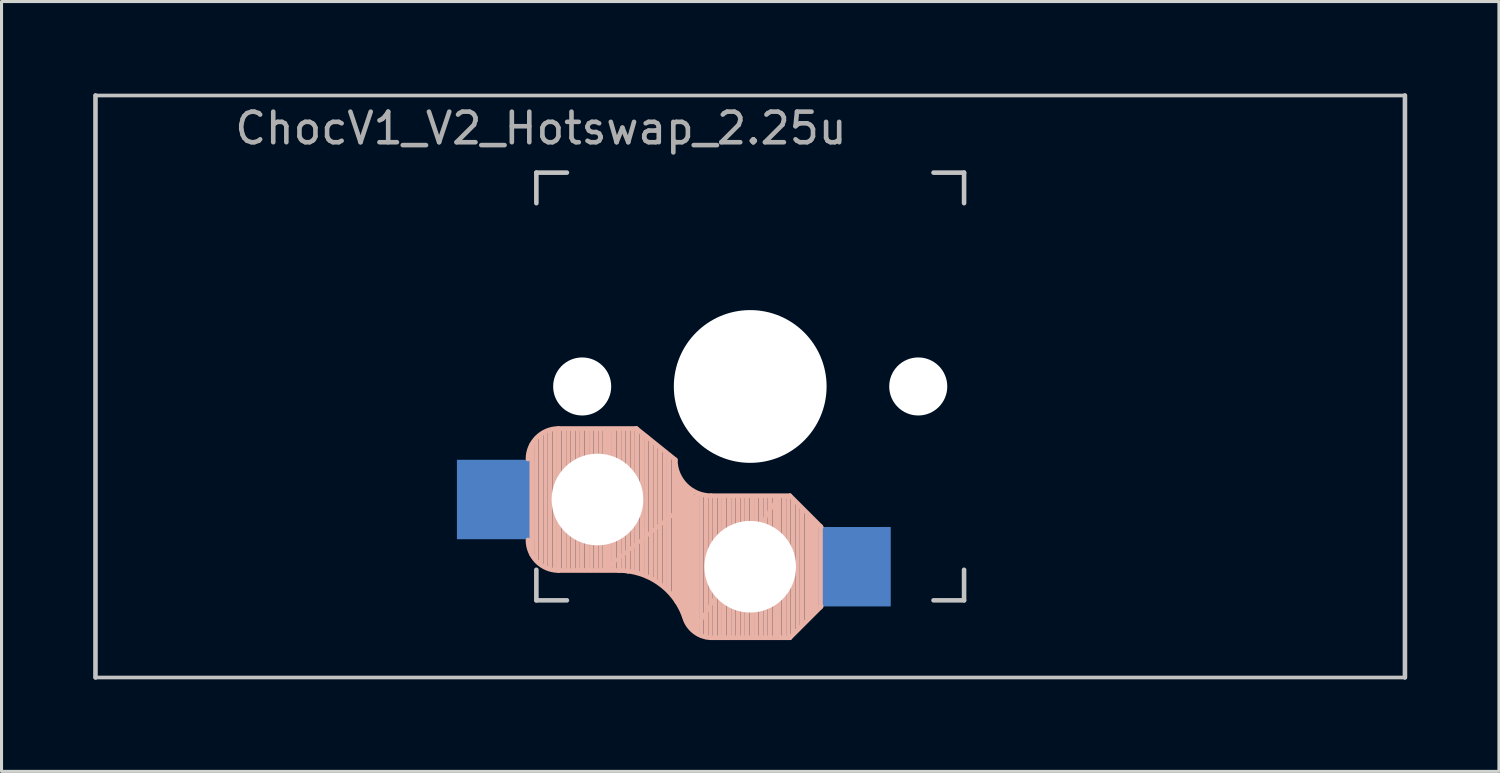
<source format=kicad_pcb>
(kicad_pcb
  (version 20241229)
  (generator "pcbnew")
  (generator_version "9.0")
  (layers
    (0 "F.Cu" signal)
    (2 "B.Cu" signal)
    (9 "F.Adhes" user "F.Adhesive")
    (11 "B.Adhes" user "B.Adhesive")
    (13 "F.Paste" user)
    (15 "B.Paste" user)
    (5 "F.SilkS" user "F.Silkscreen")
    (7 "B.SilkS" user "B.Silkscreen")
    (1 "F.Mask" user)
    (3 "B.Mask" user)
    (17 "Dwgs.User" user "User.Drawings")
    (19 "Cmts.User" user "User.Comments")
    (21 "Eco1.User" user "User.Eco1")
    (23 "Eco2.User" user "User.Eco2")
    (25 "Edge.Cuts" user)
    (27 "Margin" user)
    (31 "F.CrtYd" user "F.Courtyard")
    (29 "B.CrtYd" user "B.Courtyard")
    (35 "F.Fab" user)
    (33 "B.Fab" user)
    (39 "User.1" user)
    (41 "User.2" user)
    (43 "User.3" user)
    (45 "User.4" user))
  (footprint "ChocV1_V2_Hotswap_2.25u"
    (layer "F.Cu")
    (at 21.506 9.6)
    (property "Reference" "ChocV1_V2_Hotswap_2.25u" (at -6.85 -8.45 0) (layer "F.Fab") (effects (font (size 1 1) (thickness 0.15))))
    (attr through_hole)
    (fp_line (start -7.15 5.5) (end -7.15 1.9) (stroke (width 0.15) (type solid)) (layer "B.SilkS"))
    (fp_line (start -7 5.7) (end -7 1.7) (stroke (width 0.15) (type solid)) (layer "B.SilkS"))
    (fp_line (start -6.85 5.8) (end -6.85 1.6) (stroke (width 0.15) (type solid)) (layer "B.SilkS"))
    (fp_line (start -6.7 5.9) (end -6.7 1.5) (stroke (width 0.15) (type solid)) (layer "B.SilkS"))
    (fp_line (start -6.55 5.95) (end -6.55 1.45) (stroke (width 0.15) (type solid)) (layer "B.SilkS"))
    (fp_line (start -6.4 6) (end -6.4 1.45) (stroke (width 0.15) (type solid)) (layer "B.SilkS"))
    (fp_line (start -6.25 6) (end -6.25 1.4) (stroke (width 0.15) (type solid)) (layer "B.SilkS"))
    (fp_line (start -6.1 6) (end -6.1 1.4) (stroke (width 0.15) (type solid)) (layer "B.SilkS"))
    (fp_line (start -5.95 6) (end -5.95 1.4) (stroke (width 0.15) (type solid)) (layer "B.SilkS"))
    (fp_line (start -5.8 6) (end -5.8 1.4) (stroke (width 0.15) (type solid)) (layer "B.SilkS"))
    (fp_line (start -5.65 6) (end -5.65 1.4) (stroke (width 0.15) (type solid)) (layer "B.SilkS"))
    (fp_line (start -5.5 6) (end -5.5 1.4) (stroke (width 0.15) (type solid)) (layer "B.SilkS"))
    (fp_line (start -5.35 6) (end -5.35 1.4) (stroke (width 0.15) (type solid)) (layer "B.SilkS"))
    (fp_line (start -5.2 6) (end -5.2 1.4) (stroke (width 0.15) (type solid)) (layer "B.SilkS"))
    (fp_line (start -5.05 6) (end -5.05 1.4) (stroke (width 0.15) (type solid)) (layer "B.SilkS"))
    (fp_line (start -4.9 6) (end -4.9 1.4) (stroke (width 0.15) (type solid)) (layer "B.SilkS"))
    (fp_line (start -4.75 6) (end -4.75 1.4) (stroke (width 0.15) (type solid)) (layer "B.SilkS"))
    (fp_line (start -4.65 5.9) (end -4.65 1.4) (stroke (width 0.12) (type solid)) (layer "B.SilkS"))
    (fp_line (start -4.6 6) (end -4.6 1.4) (stroke (width 0.15) (type solid)) (layer "B.SilkS"))
    (fp_line (start -4.45 6) (end -4.45 1.4) (stroke (width 0.15) (type solid)) (layer "B.SilkS"))
    (fp_line (start -4.3 6) (end -4.3 1.4) (stroke (width 0.15) (type solid)) (layer "B.SilkS"))
    (fp_line (start -4.3 6.025) (end -6.275 6.025) (stroke (width 0.15) (type solid)) (layer "B.SilkS"))
    (fp_line (start -4.15 6) (end -4.15 1.45) (stroke (width 0.15) (type solid)) (layer "B.SilkS"))
    (fp_line (start -4 6.05) (end -4 1.4) (stroke (width 0.15) (type solid)) (layer "B.SilkS"))
    (fp_line (start -3.85 6.05) (end -3.85 1.4) (stroke (width 0.15) (type solid)) (layer "B.SilkS"))
    (fp_line (start -3.725 1.375) (end -6.275 1.375) (stroke (width 0.15) (type solid)) (layer "B.SilkS"))
    (fp_line (start -3.725 1.375) (end -2.45 2.4) (stroke (width 0.15) (type solid)) (layer "B.SilkS"))
    (fp_line (start -3.7 6.05) (end -3.7 1.45) (stroke (width 0.15) (type solid)) (layer "B.SilkS"))
    (fp_line (start -3.55 6.1) (end -3.55 1.55) (stroke (width 0.15) (type solid)) (layer "B.SilkS"))
    (fp_line (start -3.4 6.2) (end -3.4 1.65) (stroke (width 0.15) (type solid)) (layer "B.SilkS"))
    (fp_line (start -3.25 6.25) (end -3.25 1.8) (stroke (width 0.15) (type solid)) (layer "B.SilkS"))
    (fp_line (start -3.1 6.35) (end -3.1 1.9) (stroke (width 0.15) (type solid)) (layer "B.SilkS"))
    (fp_line (start -2.95 6.45) (end -2.95 2.05) (stroke (width 0.15) (type solid)) (layer "B.SilkS"))
    (fp_line (start -2.8 6.55) (end -2.8 2.15) (stroke (width 0.15) (type solid)) (layer "B.SilkS"))
    (fp_line (start -2.65 6.7) (end -2.65 2.25) (stroke (width 0.15) (type solid)) (layer "B.SilkS"))
    (fp_line (start -2.5 6.85) (end -2.5 2.4) (stroke (width 0.15) (type solid)) (layer "B.SilkS"))
    (fp_line (start -2.4 7.05) (end -2.4 2.9) (stroke (width 0.15) (type solid)) (layer "B.SilkS"))
    (fp_line (start -2.3 7.2) (end -2.3 3.05) (stroke (width 0.15) (type solid)) (layer "B.SilkS"))
    (fp_line (start -2.2 7.4) (end -2.2 3.25) (stroke (width 0.15) (type solid)) (layer "B.SilkS"))
    (fp_line (start -2.1 7.55) (end -2.1 3.35) (stroke (width 0.15) (type solid)) (layer "B.SilkS"))
    (fp_line (start -2 7.8) (end -2 3.4) (stroke (width 0.15) (type solid)) (layer "B.SilkS"))
    (fp_line (start -1.9 7.95) (end -1.9 3.45) (stroke (width 0.15) (type solid)) (layer "B.SilkS"))
    (fp_line (start -1.8 3.6) (end -4.65 5.9) (stroke (width 0.12) (type solid)) (layer "B.SilkS"))
    (fp_line (start -1.8 7.95) (end -1.8 3.6) (stroke (width 0.12) (type solid)) (layer "B.SilkS"))
    (fp_line (start -1.75 8.05) (end -1.75 3.5) (stroke (width 0.15) (type solid)) (layer "B.SilkS"))
    (fp_line (start -1.6 8.15) (end -1.6 3.6) (stroke (width 0.15) (type solid)) (layer "B.SilkS"))
    (fp_line (start -1.45 8.2) (end -1.45 3.6) (stroke (width 0.15) (type solid)) (layer "B.SilkS"))
    (fp_line (start -1.3 8.2) (end -1.3 3.6) (stroke (width 0.15) (type solid)) (layer "B.SilkS"))
    (fp_line (start -1.15 8.2) (end -1.15 3.65) (stroke (width 0.15) (type solid)) (layer "B.SilkS"))
    (fp_line (start -1 8.2) (end -1 3.6) (stroke (width 0.15) (type solid)) (layer "B.SilkS"))
    (fp_line (start -0.85 8.2) (end -0.85 3.6) (stroke (width 0.15) (type solid)) (layer "B.SilkS"))
    (fp_line (start -0.7 8.2) (end -0.7 3.6) (stroke (width 0.15) (type solid)) (layer "B.SilkS"))
    (fp_line (start -0.55 8.2) (end -0.55 3.6) (stroke (width 0.15) (type solid)) (layer "B.SilkS"))
    (fp_line (start -0.4 8.2) (end -0.4 3.6) (stroke (width 0.15) (type solid)) (layer "B.SilkS"))
    (fp_line (start -0.25 8.2) (end -0.25 3.6) (stroke (width 0.15) (type solid)) (layer "B.SilkS"))
    (fp_line (start -0.1 8.2) (end -0.1 3.6) (stroke (width 0.15) (type solid)) (layer "B.SilkS"))
    (fp_line (start 0.05 8.2) (end 0.05 3.6) (stroke (width 0.15) (type solid)) (layer "B.SilkS"))
    (fp_line (start 0.2 8.2) (end 0.2 3.6) (stroke (width 0.15) (type solid)) (layer "B.SilkS"))
    (fp_line (start 0.35 8.2) (end 0.35 3.6) (stroke (width 0.15) (type solid)) (layer "B.SilkS"))
    (fp_line (start 0.5 8.2) (end 0.5 3.6) (stroke (width 0.15) (type solid)) (layer "B.SilkS"))
    (fp_line (start 0.65 8.2) (end 0.65 3.6) (stroke (width 0.15) (type solid)) (layer "B.SilkS"))
    (fp_line (start 0.8 8.2) (end 0.8 3.6) (stroke (width 0.15) (type solid)) (layer "B.SilkS"))
    (fp_line (start 0.9 3.65) (end -1.8 7.95) (stroke (width 0.12) (type solid)) (layer "B.SilkS"))
    (fp_line (start 0.9 8.1) (end 0.9 3.65) (stroke (width 0.12) (type solid)) (layer "B.SilkS"))
    (fp_line (start 0.95 8.2) (end 0.95 3.6) (stroke (width 0.15) (type solid)) (layer "B.SilkS"))
    (fp_line (start 1.1 8.2) (end 1.1 3.6) (stroke (width 0.15) (type solid)) (layer "B.SilkS"))
    (fp_line (start 1.25 8.2) (end 1.25 3.6) (stroke (width 0.15) (type solid)) (layer "B.SilkS"))
    (fp_line (start 1.3 3.575) (end -1.275 3.575) (stroke (width 0.15) (type solid)) (layer "B.SilkS"))
    (fp_line (start 1.3 3.575) (end 2.325 4.6) (stroke (width 0.15) (type solid)) (layer "B.SilkS"))
    (fp_line (start 1.3 8.225) (end -1.3 8.225) (stroke (width 0.15) (type solid)) (layer "B.SilkS"))
    (fp_line (start 1.3 8.225) (end 2.325 7.2) (stroke (width 0.15) (type solid)) (layer "B.SilkS"))
    (fp_line (start 1.4 8.1) (end 1.4 3.7) (stroke (width 0.15) (type solid)) (layer "B.SilkS"))
    (fp_line (start 1.55 7.95) (end 1.55 3.85) (stroke (width 0.15) (type solid)) (layer "B.SilkS"))
    (fp_line (start 1.7 7.8) (end 1.7 4) (stroke (width 0.15) (type solid)) (layer "B.SilkS"))
    (fp_line (start 1.85 7.65) (end 1.85 4.15) (stroke (width 0.15) (type solid)) (layer "B.SilkS"))
    (fp_line (start 1.95 7.55) (end 1.95 4.25) (stroke (width 0.15) (type solid)) (layer "B.SilkS"))
    (fp_line (start 2.05 7.45) (end 2.05 4.35) (stroke (width 0.15) (type solid)) (layer "B.SilkS"))
    (fp_line (start 2.15 7.35) (end 2.15 4.45) (stroke (width 0.15) (type solid)) (layer "B.SilkS"))
    (fp_line (start 2.3 4.575) (end 2.3 7.225) (stroke (width 0.15) (type solid)) (layer "B.SilkS"))
    (fp_arc (start -7.275 2.375) (mid -6.982107 1.667893) (end -6.275 1.375) (stroke (width 0.15) (type solid)) (layer "B.SilkS"))
    (fp_arc (start -6.275 6.025) (mid -6.982107 5.732107) (end -7.275 5.025) (stroke (width 0.15) (type solid)) (layer "B.SilkS"))
    (fp_arc (start -4.3 6.025) (mid -2.995114 6.436429) (end -2.162199 7.521904) (stroke (width 0.15) (type solid)) (layer "B.SilkS"))
    (fp_arc (start -1.300995 8.223791) (mid -1.848284 8.016021) (end -2.162199 7.521904) (stroke (width 0.15) (type solid)) (layer "B.SilkS"))
    (fp_arc (start -1.275 3.575) (mid -2.10585 3.23085) (end -2.45 2.4) (stroke (width 0.15) (type solid)) (layer "B.SilkS"))
    (fp_line (start -21.431 -9.525) (end 21.431 -9.525) (stroke (width 0.12) (type solid)) (layer "Dwgs.User"))
    (fp_line (start -21.431 9.525) (end -21.431 -9.525) (stroke (width 0.15) (type solid)) (layer "Dwgs.User"))
    (fp_line (start -21.431 9.525) (end 21.431 9.525) (stroke (width 0.12) (type solid)) (layer "Dwgs.User"))
    (fp_line (start -7 -7) (end -6 -7) (stroke (width 0.15) (type solid)) (layer "Dwgs.User"))
    (fp_line (start -7 -6) (end -7 -7) (stroke (width 0.15) (type solid)) (layer "Dwgs.User"))
    (fp_line (start -7 7) (end -7 6) (stroke (width 0.15) (type solid)) (layer "Dwgs.User"))
    (fp_line (start -6 7) (end -7 7) (stroke (width 0.15) (type solid)) (layer "Dwgs.User"))
    (fp_line (start 6 7) (end 7 7) (stroke (width 0.15) (type solid)) (layer "Dwgs.User"))
    (fp_line (start 7 -7) (end 6 -7) (stroke (width 0.15) (type solid)) (layer "Dwgs.User"))
    (fp_line (start 7 -6) (end 7 -7) (stroke (width 0.15) (type solid)) (layer "Dwgs.User"))
    (fp_line (start 7 7) (end 7 6) (stroke (width 0.15) (type solid)) (layer "Dwgs.User"))
    (fp_line (start 21.431 -9.525) (end 21.431 9.525) (stroke (width 0.15) (type solid)) (layer "Dwgs.User"))
    (pad "" np_thru_hole circle (at -5.5 0 90) (size 1.9 1.9) (drill 1.9) (layers "*.Cu"))
    (pad "" np_thru_hole circle (at -5 3.7 90) (size 3 3) (drill 3) (layers "*.Cu" "*.Mask"))
    (pad "" np_thru_hole circle (at 0 0 90) (size 5 5) (drill 5) (layers "*.Cu"))
    (pad "" np_thru_hole circle (at 0 5.9 90) (size 3 3) (drill 3) (layers "*.Cu" "*.Mask"))
    (pad "" np_thru_hole circle (at 5.5 0 90) (size 1.9 1.9) (drill 1.9) (layers "*.Cu"))
    (pad "1" smd rect (at -8.3 3.7 180) (size 2.6 2.6) (layers "B.Cu" "B.Mask" "B.Paste"))
    (pad "2" smd rect (at 3.3 5.9 180) (size 2.6 2.6) (layers "B.Cu" "B.Mask" "B.Paste")))
  (gr_rect
    (start -3 -3)
    (end 46.013 22.2)
    (stroke (width 0.1) (type default))
    (fill no)
    (layer "Edge.Cuts")))
</source>
